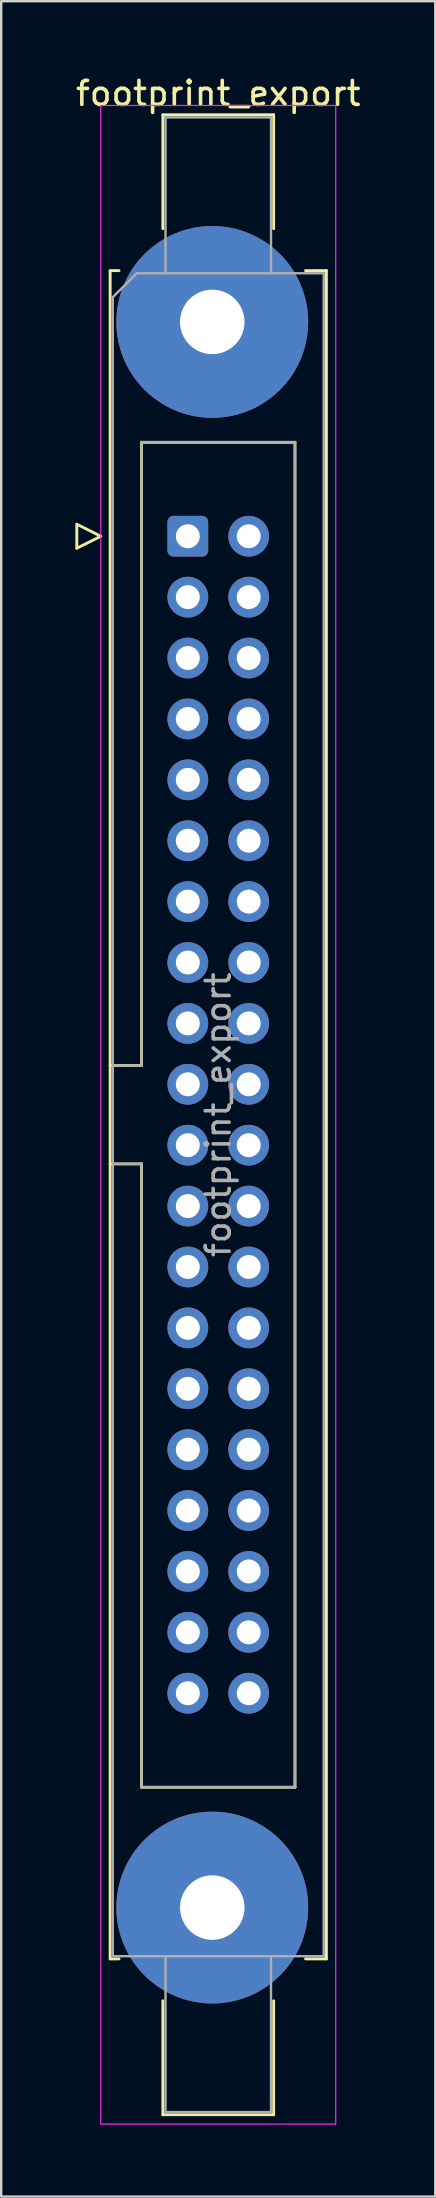
<source format=kicad_pcb>
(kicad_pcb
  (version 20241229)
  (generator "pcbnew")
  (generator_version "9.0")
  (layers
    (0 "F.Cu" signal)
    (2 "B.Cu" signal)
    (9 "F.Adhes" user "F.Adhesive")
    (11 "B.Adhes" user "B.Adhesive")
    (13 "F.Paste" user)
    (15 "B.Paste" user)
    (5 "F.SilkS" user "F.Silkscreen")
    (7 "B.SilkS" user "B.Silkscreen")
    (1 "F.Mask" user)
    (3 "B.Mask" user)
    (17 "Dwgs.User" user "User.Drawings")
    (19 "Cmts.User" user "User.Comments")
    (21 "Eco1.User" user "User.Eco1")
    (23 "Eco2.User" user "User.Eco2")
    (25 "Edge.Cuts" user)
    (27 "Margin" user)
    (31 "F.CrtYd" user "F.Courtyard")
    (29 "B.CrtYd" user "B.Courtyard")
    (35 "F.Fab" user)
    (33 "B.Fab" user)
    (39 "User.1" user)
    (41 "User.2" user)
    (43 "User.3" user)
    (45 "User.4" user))
  (footprint "footprint_export"
    (layer "F.Cu")
    (at 4.784 19.318)
    (property "Reference" "footprint_export" (at 1.27 -18.47 0) (layer "F.SilkS") (effects (font (size 1 1) (thickness 0.15))))
    (attr through_hole)
    (fp_line (start -4.63 -0.5) (end -4.63 0.5) (stroke (width 0.12) (type solid)) (layer "F.SilkS"))
    (fp_line (start -4.63 0.5) (end -3.63 0) (stroke (width 0.12) (type solid)) (layer "F.SilkS"))
    (fp_line (start -3.63 0) (end -4.63 -0.5) (stroke (width 0.12) (type solid)) (layer "F.SilkS"))
    (fp_line (start -3.24 -11.08) (end -3.24 59.34) (stroke (width 0.12) (type solid)) (layer "F.SilkS"))
    (fp_line (start -3.24 22.08) (end -1.93 22.08) (stroke (width 0.12) (type solid)) (layer "F.SilkS"))
    (fp_line (start -3.24 59.34) (end -2.87 59.34) (stroke (width 0.12) (type solid)) (layer "F.SilkS"))
    (fp_line (start -2.87 -11.08) (end -3.24 -11.08) (stroke (width 0.12) (type solid)) (layer "F.SilkS"))
    (fp_line (start -1.93 -3.92) (end 4.47 -3.92) (stroke (width 0.12) (type solid)) (layer "F.SilkS"))
    (fp_line (start -1.93 22.08) (end -1.93 -3.92) (stroke (width 0.12) (type solid)) (layer "F.SilkS"))
    (fp_line (start -1.93 26.18) (end -3.24 26.18) (stroke (width 0.12) (type solid)) (layer "F.SilkS"))
    (fp_line (start -1.93 26.18) (end -1.93 26.18) (stroke (width 0.12) (type solid)) (layer "F.SilkS"))
    (fp_line (start -1.93 52.18) (end -1.93 26.18) (stroke (width 0.12) (type solid)) (layer "F.SilkS"))
    (fp_line (start -1.04 -17.58) (end 3.58 -17.58) (stroke (width 0.12) (type solid)) (layer "F.SilkS"))
    (fp_line (start -1.04 -12.83) (end -1.04 -17.58) (stroke (width 0.12) (type solid)) (layer "F.SilkS"))
    (fp_line (start -1.04 61.09) (end -1.04 65.84) (stroke (width 0.12) (type solid)) (layer "F.SilkS"))
    (fp_line (start -1.04 65.84) (end 3.58 65.84) (stroke (width 0.12) (type solid)) (layer "F.SilkS"))
    (fp_line (start 3.58 -17.58) (end 3.58 -12.83) (stroke (width 0.12) (type solid)) (layer "F.SilkS"))
    (fp_line (start 3.58 65.84) (end 3.58 61.09) (stroke (width 0.12) (type solid)) (layer "F.SilkS"))
    (fp_line (start 4.47 -3.92) (end 4.47 52.18) (stroke (width 0.12) (type solid)) (layer "F.SilkS"))
    (fp_line (start 4.47 52.18) (end -1.93 52.18) (stroke (width 0.12) (type solid)) (layer "F.SilkS"))
    (fp_line (start 4.91 -11.08) (end 5.78 -11.08) (stroke (width 0.12) (type solid)) (layer "F.SilkS"))
    (fp_line (start 5.78 -11.08) (end 5.78 59.34) (stroke (width 0.12) (type solid)) (layer "F.SilkS"))
    (fp_line (start 5.78 59.34) (end 4.91 59.34) (stroke (width 0.12) (type solid)) (layer "F.SilkS"))
    (fp_line (start -3.63 -17.97) (end -3.63 66.23) (stroke (width 0.05) (type solid)) (layer "F.CrtYd"))
    (fp_line (start -3.63 66.23) (end 6.17 66.23) (stroke (width 0.05) (type solid)) (layer "F.CrtYd"))
    (fp_line (start 6.17 -17.97) (end -3.63 -17.97) (stroke (width 0.05) (type solid)) (layer "F.CrtYd"))
    (fp_line (start 6.17 66.23) (end 6.17 -17.97) (stroke (width 0.05) (type solid)) (layer "F.CrtYd"))
    (fp_line (start -3.13 -9.97) (end -2.13 -10.97) (stroke (width 0.1) (type solid)) (layer "F.Fab"))
    (fp_line (start -3.13 22.08) (end -1.93 22.08) (stroke (width 0.1) (type solid)) (layer "F.Fab"))
    (fp_line (start -3.13 59.23) (end -3.13 -9.97) (stroke (width 0.1) (type solid)) (layer "F.Fab"))
    (fp_line (start -2.13 -10.97) (end 5.67 -10.97) (stroke (width 0.1) (type solid)) (layer "F.Fab"))
    (fp_line (start -1.93 -3.92) (end 4.47 -3.92) (stroke (width 0.1) (type solid)) (layer "F.Fab"))
    (fp_line (start -1.93 22.08) (end -1.93 -3.92) (stroke (width 0.1) (type solid)) (layer "F.Fab"))
    (fp_line (start -1.93 26.18) (end -3.13 26.18) (stroke (width 0.1) (type solid)) (layer "F.Fab"))
    (fp_line (start -1.93 26.18) (end -1.93 26.18) (stroke (width 0.1) (type solid)) (layer "F.Fab"))
    (fp_line (start -1.93 52.18) (end -1.93 26.18) (stroke (width 0.1) (type solid)) (layer "F.Fab"))
    (fp_line (start -0.93 -17.47) (end 3.47 -17.47) (stroke (width 0.1) (type solid)) (layer "F.Fab"))
    (fp_line (start -0.93 -10.97) (end -0.93 -17.47) (stroke (width 0.1) (type solid)) (layer "F.Fab"))
    (fp_line (start -0.93 59.23) (end -0.93 65.73) (stroke (width 0.1) (type solid)) (layer "F.Fab"))
    (fp_line (start -0.93 65.73) (end 3.47 65.73) (stroke (width 0.1) (type solid)) (layer "F.Fab"))
    (fp_line (start 3.47 -17.47) (end 3.47 -10.97) (stroke (width 0.1) (type solid)) (layer "F.Fab"))
    (fp_line (start 3.47 65.73) (end 3.47 59.23) (stroke (width 0.1) (type solid)) (layer "F.Fab"))
    (fp_line (start 4.47 -3.92) (end 4.47 52.18) (stroke (width 0.1) (type solid)) (layer "F.Fab"))
    (fp_line (start 4.47 52.18) (end -1.93 52.18) (stroke (width 0.1) (type solid)) (layer "F.Fab"))
    (fp_line (start 5.67 -10.97) (end 5.67 59.23) (stroke (width 0.1) (type solid)) (layer "F.Fab"))
    (fp_line (start 5.67 59.23) (end -3.13 59.23) (stroke (width 0.1) (type solid)) (layer "F.Fab"))
    (fp_text user "${REFERENCE}" (at 1.27 24.13 90) (layer "F.Fab") (effects (font (size 1 1) (thickness 0.15))))
    (pad "1" thru_hole roundrect (at 0 0) (size 1.7 1.7) (drill 1) (layers "*.Cu" "*.Mask") (roundrect_rratio 0.147))
    (pad "2" thru_hole circle (at 2.54 0) (size 1.7 1.7) (drill 1) (layers "*.Cu" "*.Mask"))
    (pad "3" thru_hole circle (at 0 2.54) (size 1.7 1.7) (drill 1) (layers "*.Cu" "*.Mask"))
    (pad "4" thru_hole circle (at 2.54 2.54) (size 1.7 1.7) (drill 1) (layers "*.Cu" "*.Mask"))
    (pad "5" thru_hole circle (at 0 5.08) (size 1.7 1.7) (drill 1) (layers "*.Cu" "*.Mask"))
    (pad "6" thru_hole circle (at 2.54 5.08) (size 1.7 1.7) (drill 1) (layers "*.Cu" "*.Mask"))
    (pad "7" thru_hole circle (at 0 7.62) (size 1.7 1.7) (drill 1) (layers "*.Cu" "*.Mask"))
    (pad "8" thru_hole circle (at 2.54 7.62) (size 1.7 1.7) (drill 1) (layers "*.Cu" "*.Mask"))
    (pad "9" thru_hole circle (at 0 10.16) (size 1.7 1.7) (drill 1) (layers "*.Cu" "*.Mask"))
    (pad "10" thru_hole circle (at 2.54 10.16) (size 1.7 1.7) (drill 1) (layers "*.Cu" "*.Mask"))
    (pad "11" thru_hole circle (at 0 12.7) (size 1.7 1.7) (drill 1) (layers "*.Cu" "*.Mask"))
    (pad "12" thru_hole circle (at 2.54 12.7) (size 1.7 1.7) (drill 1) (layers "*.Cu" "*.Mask"))
    (pad "13" thru_hole circle (at 0 15.24) (size 1.7 1.7) (drill 1) (layers "*.Cu" "*.Mask"))
    (pad "14" thru_hole circle (at 2.54 15.24) (size 1.7 1.7) (drill 1) (layers "*.Cu" "*.Mask"))
    (pad "15" thru_hole circle (at 0 17.78) (size 1.7 1.7) (drill 1) (layers "*.Cu" "*.Mask"))
    (pad "16" thru_hole circle (at 2.54 17.78) (size 1.7 1.7) (drill 1) (layers "*.Cu" "*.Mask"))
    (pad "17" thru_hole circle (at 0 20.32) (size 1.7 1.7) (drill 1) (layers "*.Cu" "*.Mask"))
    (pad "18" thru_hole circle (at 2.54 20.32) (size 1.7 1.7) (drill 1) (layers "*.Cu" "*.Mask"))
    (pad "19" thru_hole circle (at 0 22.86) (size 1.7 1.7) (drill 1) (layers "*.Cu" "*.Mask"))
    (pad "20" thru_hole circle (at 2.54 22.86) (size 1.7 1.7) (drill 1) (layers "*.Cu" "*.Mask"))
    (pad "21" thru_hole circle (at 0 25.4) (size 1.7 1.7) (drill 1) (layers "*.Cu" "*.Mask"))
    (pad "22" thru_hole circle (at 2.54 25.4) (size 1.7 1.7) (drill 1) (layers "*.Cu" "*.Mask"))
    (pad "23" thru_hole circle (at 0 27.94) (size 1.7 1.7) (drill 1) (layers "*.Cu" "*.Mask"))
    (pad "24" thru_hole circle (at 2.54 27.94) (size 1.7 1.7) (drill 1) (layers "*.Cu" "*.Mask"))
    (pad "25" thru_hole circle (at 0 30.48) (size 1.7 1.7) (drill 1) (layers "*.Cu" "*.Mask"))
    (pad "26" thru_hole circle (at 2.54 30.48) (size 1.7 1.7) (drill 1) (layers "*.Cu" "*.Mask"))
    (pad "27" thru_hole circle (at 0 33.02) (size 1.7 1.7) (drill 1) (layers "*.Cu" "*.Mask"))
    (pad "28" thru_hole circle (at 2.54 33.02) (size 1.7 1.7) (drill 1) (layers "*.Cu" "*.Mask"))
    (pad "29" thru_hole circle (at 0 35.56) (size 1.7 1.7) (drill 1) (layers "*.Cu" "*.Mask"))
    (pad "30" thru_hole circle (at 2.54 35.56) (size 1.7 1.7) (drill 1) (layers "*.Cu" "*.Mask"))
    (pad "31" thru_hole circle (at 0 38.1) (size 1.7 1.7) (drill 1) (layers "*.Cu" "*.Mask"))
    (pad "32" thru_hole circle (at 2.54 38.1) (size 1.7 1.7) (drill 1) (layers "*.Cu" "*.Mask"))
    (pad "33" thru_hole circle (at 0 40.64) (size 1.7 1.7) (drill 1) (layers "*.Cu" "*.Mask"))
    (pad "34" thru_hole circle (at 2.54 40.64) (size 1.7 1.7) (drill 1) (layers "*.Cu" "*.Mask"))
    (pad "35" thru_hole circle (at 0 43.18) (size 1.7 1.7) (drill 1) (layers "*.Cu" "*.Mask"))
    (pad "36" thru_hole circle (at 2.54 43.18) (size 1.7 1.7) (drill 1) (layers "*.Cu" "*.Mask"))
    (pad "37" thru_hole circle (at 0 45.72) (size 1.7 1.7) (drill 1) (layers "*.Cu" "*.Mask"))
    (pad "38" thru_hole circle (at 2.54 45.72) (size 1.7 1.7) (drill 1) (layers "*.Cu" "*.Mask"))
    (pad "39" thru_hole circle (at 0 48.26) (size 1.7 1.7) (drill 1) (layers "*.Cu" "*.Mask"))
    (pad "40" thru_hole circle (at 2.54 48.26) (size 1.7 1.7) (drill 1) (layers "*.Cu" "*.Mask"))
    (pad "MP" thru_hole circle (at 1.02 -8.94) (size 8 8) (drill 2.69) (layers "*.Cu" "*.Mask"))
    (pad "MP" thru_hole circle (at 1.02 57.2) (size 8 8) (drill 2.69) (layers "*.Cu" "*.Mask")))
  (gr_rect
    (start -3 -3)
    (end 15.107 88.573)
    (stroke (width 0.1) (type default))
    (fill no)
    (layer "Edge.Cuts")))
</source>
